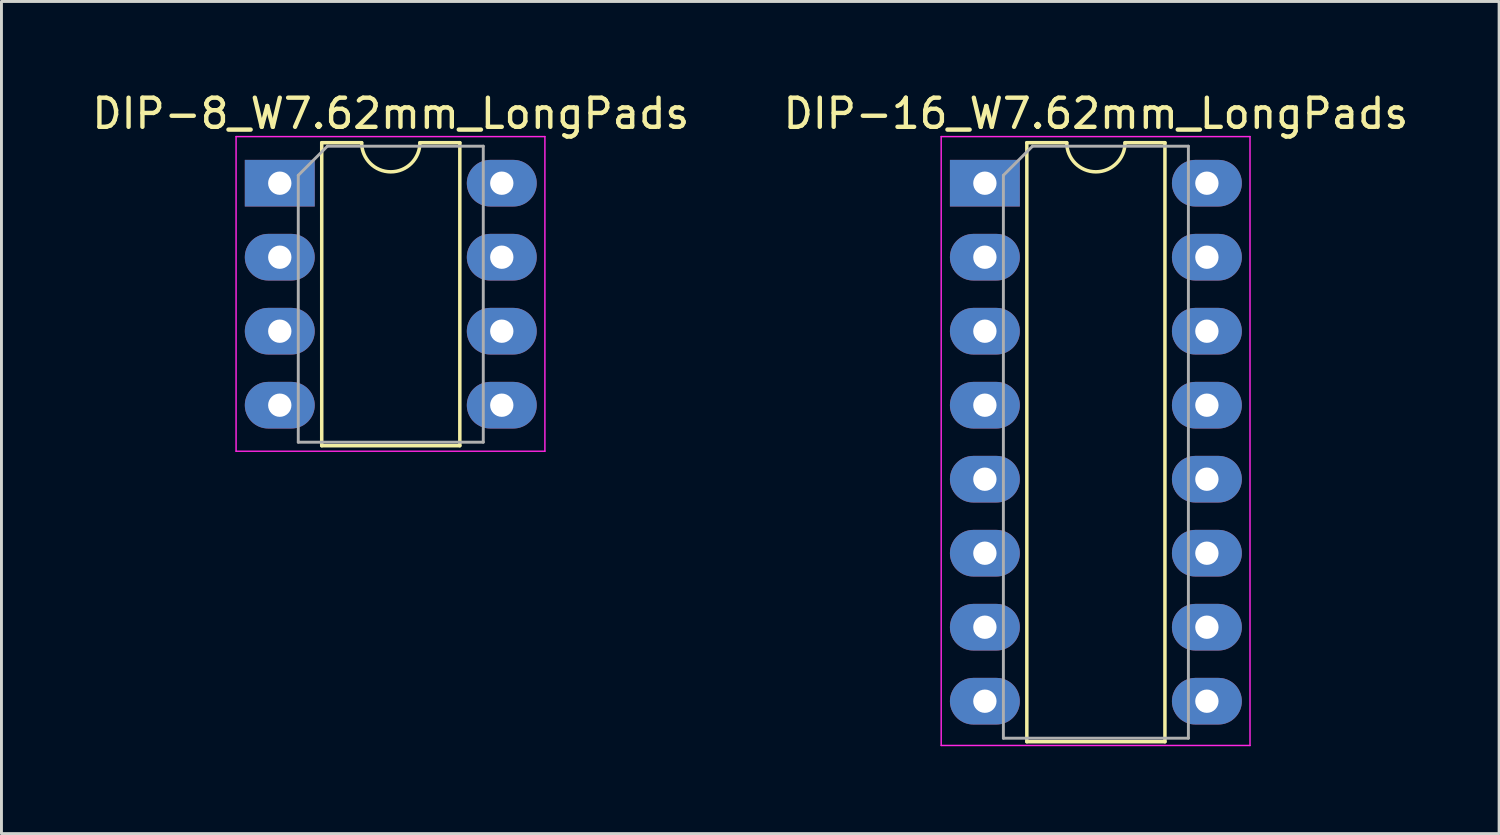
<source format=kicad_pcb>
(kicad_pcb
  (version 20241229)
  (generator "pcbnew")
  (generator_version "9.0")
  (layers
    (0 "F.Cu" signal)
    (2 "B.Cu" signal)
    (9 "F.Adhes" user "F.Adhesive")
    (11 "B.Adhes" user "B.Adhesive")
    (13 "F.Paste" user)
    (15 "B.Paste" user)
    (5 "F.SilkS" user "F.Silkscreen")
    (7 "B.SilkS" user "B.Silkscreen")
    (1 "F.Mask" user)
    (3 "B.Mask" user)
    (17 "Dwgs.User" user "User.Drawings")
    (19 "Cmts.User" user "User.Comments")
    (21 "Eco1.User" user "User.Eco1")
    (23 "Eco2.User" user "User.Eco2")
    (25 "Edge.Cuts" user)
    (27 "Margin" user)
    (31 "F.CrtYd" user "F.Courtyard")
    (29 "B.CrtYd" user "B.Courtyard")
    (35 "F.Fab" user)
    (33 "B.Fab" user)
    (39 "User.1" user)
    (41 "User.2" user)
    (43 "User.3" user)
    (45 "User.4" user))
  (footprint "DIP-8_W7.62mm_LongPads"
    (layer "F.Cu")
    (at 6.553 3.238)
    (property "Reference" "DIP-8_W7.62mm_LongPads" (at 3.81 -2.39 0) (layer "F.SilkS") (effects (font (size 1 1) (thickness 0.15))))
    (attr through_hole)
    (fp_line (start 1.44 -1.39) (end 1.44 9.01) (stroke (width 0.12) (type solid)) (layer "F.SilkS"))
    (fp_line (start 1.44 9.01) (end 6.18 9.01) (stroke (width 0.12) (type solid)) (layer "F.SilkS"))
    (fp_line (start 2.81 -1.39) (end 1.44 -1.39) (stroke (width 0.12) (type solid)) (layer "F.SilkS"))
    (fp_line (start 6.18 -1.39) (end 4.81 -1.39) (stroke (width 0.12) (type solid)) (layer "F.SilkS"))
    (fp_line (start 6.18 9.01) (end 6.18 -1.39) (stroke (width 0.12) (type solid)) (layer "F.SilkS"))
    (fp_arc (start 4.81 -1.39) (mid 3.81 -0.39) (end 2.81 -1.39) (stroke (width 0.12) (type solid)) (layer "F.SilkS"))
    (fp_line (start -1.5 -1.6) (end -1.5 9.2) (stroke (width 0.05) (type solid)) (layer "F.CrtYd"))
    (fp_line (start -1.5 9.2) (end 9.1 9.2) (stroke (width 0.05) (type solid)) (layer "F.CrtYd"))
    (fp_line (start 9.1 -1.6) (end -1.5 -1.6) (stroke (width 0.05) (type solid)) (layer "F.CrtYd"))
    (fp_line (start 9.1 9.2) (end 9.1 -1.6) (stroke (width 0.05) (type solid)) (layer "F.CrtYd"))
    (fp_line (start 0.635 -0.27) (end 1.635 -1.27) (stroke (width 0.1) (type solid)) (layer "F.Fab"))
    (fp_line (start 0.635 8.89) (end 0.635 -0.27) (stroke (width 0.1) (type solid)) (layer "F.Fab"))
    (fp_line (start 1.635 -1.27) (end 6.985 -1.27) (stroke (width 0.1) (type solid)) (layer "F.Fab"))
    (fp_line (start 6.985 -1.27) (end 6.985 8.89) (stroke (width 0.1) (type solid)) (layer "F.Fab"))
    (fp_line (start 6.985 8.89) (end 0.635 8.89) (stroke (width 0.1) (type solid)) (layer "F.Fab"))
    (pad "1" thru_hole rect (at 0 0) (size 2.4 1.6) (drill 0.8) (layers "*.Mask" "B.Cu"))
    (pad "2" thru_hole oval (at 0 2.54) (size 2.4 1.6) (drill 0.8) (layers "*.Mask" "B.Cu"))
    (pad "3" thru_hole oval (at 0 5.08) (size 2.4 1.6) (drill 0.8) (layers "*.Mask" "B.Cu"))
    (pad "4" thru_hole oval (at 0 7.62) (size 2.4 1.6) (drill 0.8) (layers "*.Mask" "B.Cu"))
    (pad "5" thru_hole oval (at 7.62 7.62) (size 2.4 1.6) (drill 0.8) (layers "*.Mask" "B.Cu"))
    (pad "6" thru_hole oval (at 7.62 5.08) (size 2.4 1.6) (drill 0.8) (layers "*.Mask" "B.Cu"))
    (pad "7" thru_hole oval (at 7.62 2.54) (size 2.4 1.6) (drill 0.8) (layers "*.Mask" "B.Cu"))
    (pad "8" thru_hole oval (at 7.62 0) (size 2.4 1.6) (drill 0.8) (layers "*.Mask" "B.Cu")))
  (footprint "DIP-16_W7.62mm_LongPads"
    (layer "F.Cu")
    (at 30.755 3.238)
    (property "Reference" "DIP-16_W7.62mm_LongPads" (at 3.81 -2.39 0) (layer "F.SilkS") (effects (font (size 1 1) (thickness 0.15))))
    (attr through_hole)
    (fp_line (start 1.44 -1.39) (end 1.44 19.17) (stroke (width 0.12) (type solid)) (layer "F.SilkS"))
    (fp_line (start 1.44 19.17) (end 6.18 19.17) (stroke (width 0.12) (type solid)) (layer "F.SilkS"))
    (fp_line (start 2.81 -1.39) (end 1.44 -1.39) (stroke (width 0.12) (type solid)) (layer "F.SilkS"))
    (fp_line (start 6.18 -1.39) (end 4.81 -1.39) (stroke (width 0.12) (type solid)) (layer "F.SilkS"))
    (fp_line (start 6.18 19.17) (end 6.18 -1.39) (stroke (width 0.12) (type solid)) (layer "F.SilkS"))
    (fp_arc (start 4.81 -1.39) (mid 3.81 -0.39) (end 2.81 -1.39) (stroke (width 0.12) (type solid)) (layer "F.SilkS"))
    (fp_line (start -1.5 -1.6) (end -1.5 19.3) (stroke (width 0.05) (type solid)) (layer "F.CrtYd"))
    (fp_line (start -1.5 19.3) (end 9.1 19.3) (stroke (width 0.05) (type solid)) (layer "F.CrtYd"))
    (fp_line (start 9.1 -1.6) (end -1.5 -1.6) (stroke (width 0.05) (type solid)) (layer "F.CrtYd"))
    (fp_line (start 9.1 19.3) (end 9.1 -1.6) (stroke (width 0.05) (type solid)) (layer "F.CrtYd"))
    (fp_line (start 0.635 -0.27) (end 1.635 -1.27) (stroke (width 0.1) (type solid)) (layer "F.Fab"))
    (fp_line (start 0.635 19.05) (end 0.635 -0.27) (stroke (width 0.1) (type solid)) (layer "F.Fab"))
    (fp_line (start 1.635 -1.27) (end 6.985 -1.27) (stroke (width 0.1) (type solid)) (layer "F.Fab"))
    (fp_line (start 6.985 -1.27) (end 6.985 19.05) (stroke (width 0.1) (type solid)) (layer "F.Fab"))
    (fp_line (start 6.985 19.05) (end 0.635 19.05) (stroke (width 0.1) (type solid)) (layer "F.Fab"))
    (pad "1" thru_hole rect (at 0 0) (size 2.4 1.6) (drill 0.8) (layers "*.Mask" "B.Cu"))
    (pad "2" thru_hole oval (at 0 2.54) (size 2.4 1.6) (drill 0.8) (layers "*.Mask" "B.Cu"))
    (pad "3" thru_hole oval (at 0 5.08) (size 2.4 1.6) (drill 0.8) (layers "*.Mask" "B.Cu"))
    (pad "4" thru_hole oval (at 0 7.62) (size 2.4 1.6) (drill 0.8) (layers "*.Mask" "B.Cu"))
    (pad "5" thru_hole oval (at 0 10.16) (size 2.4 1.6) (drill 0.8) (layers "*.Mask" "B.Cu"))
    (pad "6" thru_hole oval (at 0 12.7) (size 2.4 1.6) (drill 0.8) (layers "*.Mask" "B.Cu"))
    (pad "7" thru_hole oval (at 0 15.24) (size 2.4 1.6) (drill 0.8) (layers "*.Mask" "B.Cu"))
    (pad "8" thru_hole oval (at 0 17.78) (size 2.4 1.6) (drill 0.8) (layers "*.Mask" "B.Cu"))
    (pad "9" thru_hole oval (at 7.62 17.78) (size 2.4 1.6) (drill 0.8) (layers "*.Mask" "B.Cu"))
    (pad "10" thru_hole oval (at 7.62 15.24) (size 2.4 1.6) (drill 0.8) (layers "*.Mask" "B.Cu"))
    (pad "11" thru_hole oval (at 7.62 12.7) (size 2.4 1.6) (drill 0.8) (layers "*.Mask" "B.Cu"))
    (pad "12" thru_hole oval (at 7.62 10.16) (size 2.4 1.6) (drill 0.8) (layers "*.Mask" "B.Cu"))
    (pad "13" thru_hole oval (at 7.62 7.62) (size 2.4 1.6) (drill 0.8) (layers "*.Mask" "B.Cu"))
    (pad "14" thru_hole oval (at 7.62 5.08) (size 2.4 1.6) (drill 0.8) (layers "*.Mask" "B.Cu"))
    (pad "15" thru_hole oval (at 7.62 2.54) (size 2.4 1.6) (drill 0.8) (layers "*.Mask" "B.Cu"))
    (pad "16" thru_hole oval (at 7.62 0) (size 2.4 1.6) (drill 0.8) (layers "*.Mask" "B.Cu")))
  (gr_rect
    (start -3 -3)
    (end 48.405 25.563)
    (stroke (width 0.1) (type default))
    (fill no)
    (layer "Edge.Cuts")))
</source>
